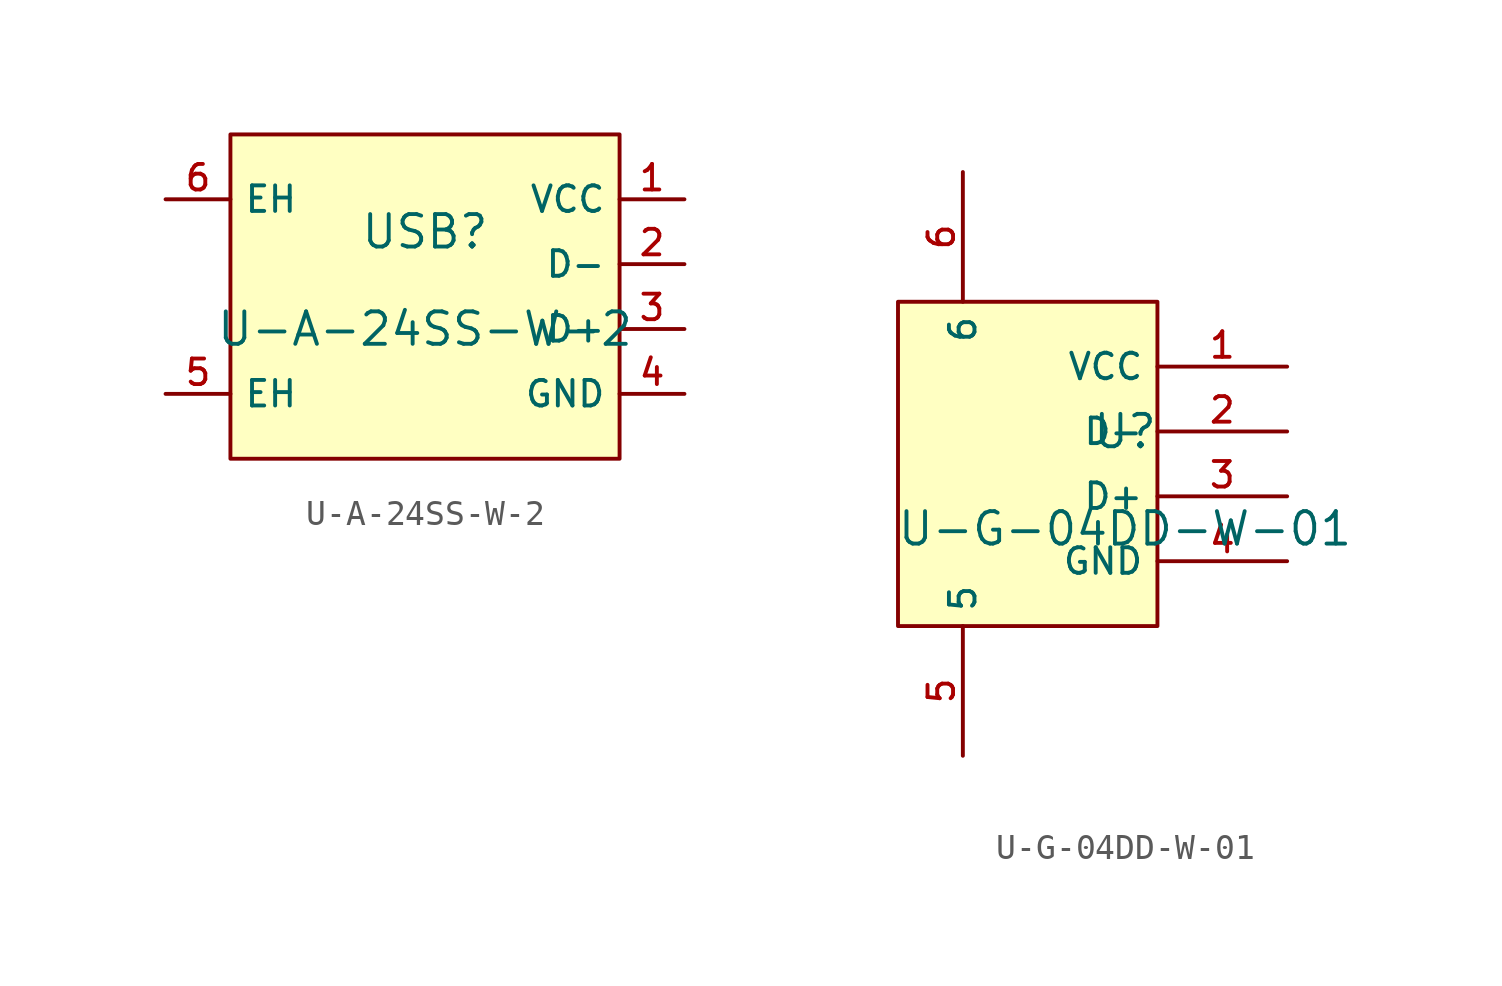
<source format=kicad_sym>
(kicad_symbol_lib
  (version 20241209)
  (generator "kicad_symbol_editor")
  (generator_version "9.0")
  (symbol "U-A-24SS-W-2"
    (property "Reference" "USB"
      (at 0 1.27 0)
      (effects (font (size 1.27 1.27))))
    (property "Value" "U-A-24SS-W-2"
      (at 0 -2.54 0)
      (effects (font (size 1.27 1.27))))
    (symbol "U-A-24SS-W-2_0_1"
      (rectangle (start -7.62 5.08) (end 7.62 -7.62) (stroke (width 0) (type default)) (fill (type background)))
      (pin input line (at 10.16 2.54 180) (length 2.54) (name "VCC" (effects (font (size 1 1)))) (number "1" (effects (font (size 1 1)))))
      (pin input line (at 10.16 0 180) (length 2.54) (name "D-" (effects (font (size 1 1)))) (number "2" (effects (font (size 1 1)))))
      (pin input line (at 10.16 -2.54 180) (length 2.54) (name "D+" (effects (font (size 1 1)))) (number "3" (effects (font (size 1 1)))))
      (pin input line (at 10.16 -5.08 180) (length 2.54) (name "GND" (effects (font (size 1 1)))) (number "4" (effects (font (size 1 1))))))
    (symbol "U-A-24SS-W-2_1_1"
      (pin passive line (at -10.16 2.54 0) (length 2.54) (name "EH" (effects (font (size 1 1)))) (number "6" (effects (font (size 1 1)))))
      (pin passive line (at -10.16 -5.08 0) (length 2.54) (name "EH" (effects (font (size 1 1)))) (number "5" (effects (font (size 1 1)))))))
  (symbol "U-G-04DD-W-01"
    (property "Reference" "U"
      (at 0 1.27 0)
      (effects (font (size 1.27 1.27))))
    (property "Value" "U-G-04DD-W-01"
      (at 0 -2.54 0)
      (effects (font (size 1.27 1.27))))
    (symbol "U-G-04DD-W-01_0_1"
      (rectangle (start -8.89 6.35) (end 1.27 -6.35) (stroke (width 0) (type default)) (fill (type background))))
    (symbol "U-G-04DD-W-01_1_1"
      (pin passive line (at -6.35 11.43 270) (length 5.08) (name "6" (effects (font (size 1 1)))) (number "6" (effects (font (size 1 1)))))
      (pin passive line (at -6.35 -11.43 90) (length 5.08) (name "5" (effects (font (size 1 1)))) (number "5" (effects (font (size 1 1)))))
      (pin power_in line (at 6.35 3.81 180) (length 5.08) (name "VCC" (effects (font (size 1 1)))) (number "1" (effects (font (size 1 1)))))
      (pin bidirectional line (at 6.35 1.27 180) (length 5.08) (name "D-" (effects (font (size 1 1)))) (number "2" (effects (font (size 1 1)))))
      (pin bidirectional line (at 6.35 -1.27 180) (length 5.08) (name "D+" (effects (font (size 1 1)))) (number "3" (effects (font (size 1 1)))))
      (pin passive line (at 6.35 -3.81 180) (length 5.08) (name "GND" (effects (font (size 1 1)))) (number "4" (effects (font (size 1 1))))))))
</source>
